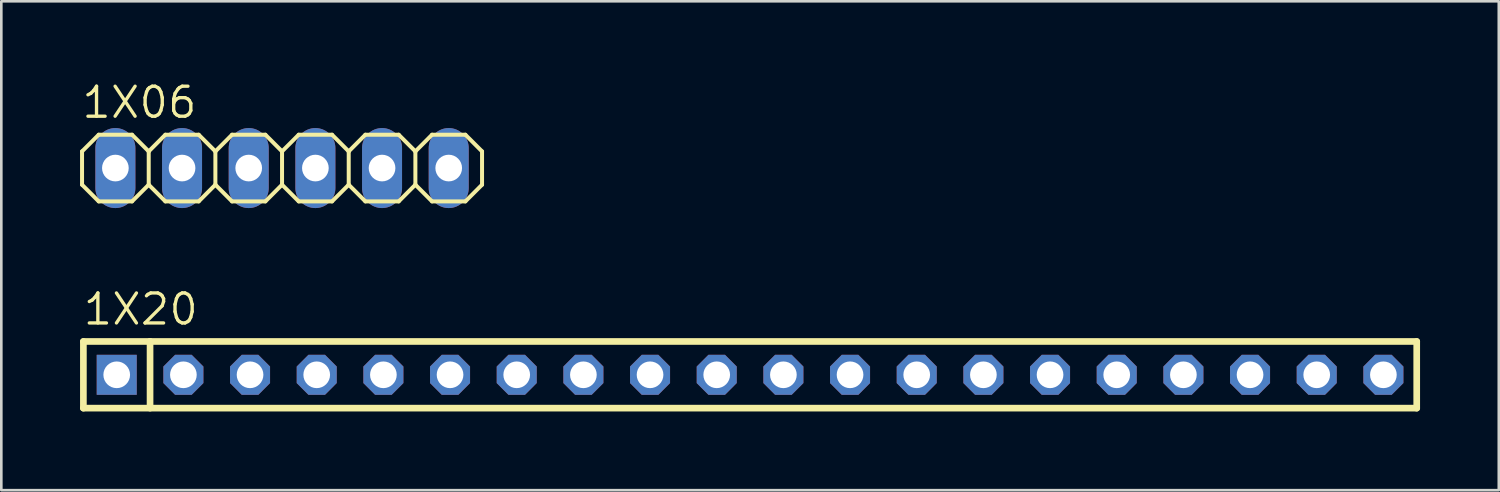
<source format=kicad_pcb>
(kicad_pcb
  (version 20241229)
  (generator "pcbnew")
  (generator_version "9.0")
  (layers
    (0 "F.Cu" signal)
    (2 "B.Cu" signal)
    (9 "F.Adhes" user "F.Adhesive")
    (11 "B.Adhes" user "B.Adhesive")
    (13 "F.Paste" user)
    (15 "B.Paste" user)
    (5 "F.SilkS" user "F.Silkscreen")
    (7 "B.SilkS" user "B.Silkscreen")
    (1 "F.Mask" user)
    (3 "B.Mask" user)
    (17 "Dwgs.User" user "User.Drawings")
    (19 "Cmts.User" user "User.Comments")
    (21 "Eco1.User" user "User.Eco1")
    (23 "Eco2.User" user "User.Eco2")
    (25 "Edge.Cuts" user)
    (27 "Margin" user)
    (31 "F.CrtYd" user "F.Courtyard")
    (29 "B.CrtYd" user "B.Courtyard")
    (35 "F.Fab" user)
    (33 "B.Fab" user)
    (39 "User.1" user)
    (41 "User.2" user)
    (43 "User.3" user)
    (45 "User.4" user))
  (footprint "1X06"
    (layer "F.Cu")
    (at 7.696 3.353)
    (property "Reference" "1X06" (at -7.696 -1.829 0) (layer "F.SilkS") (effects (font (size 1.143 1.143) (thickness 0.127)) (justify left bottom)))
    (fp_line (start -7.62 -0.635) (end -7.62 0.635) (stroke (width 0.152) (type solid)) (layer "F.SilkS"))
    (fp_line (start -7.62 0.635) (end -6.985 1.27) (stroke (width 0.152) (type solid)) (layer "F.SilkS"))
    (fp_line (start -6.985 -1.27) (end -7.62 -0.635) (stroke (width 0.152) (type solid)) (layer "F.SilkS"))
    (fp_line (start -6.985 -1.27) (end -5.715 -1.27) (stroke (width 0.152) (type solid)) (layer "F.SilkS"))
    (fp_line (start -5.715 -1.27) (end -5.08 -0.635) (stroke (width 0.152) (type solid)) (layer "F.SilkS"))
    (fp_line (start -5.715 1.27) (end -6.985 1.27) (stroke (width 0.152) (type solid)) (layer "F.SilkS"))
    (fp_line (start -5.08 -0.635) (end -5.08 0.635) (stroke (width 0.152) (type solid)) (layer "F.SilkS"))
    (fp_line (start -5.08 -0.635) (end -4.445 -1.27) (stroke (width 0.152) (type solid)) (layer "F.SilkS"))
    (fp_line (start -5.08 0.635) (end -5.715 1.27) (stroke (width 0.152) (type solid)) (layer "F.SilkS"))
    (fp_line (start -4.445 -1.27) (end -3.175 -1.27) (stroke (width 0.152) (type solid)) (layer "F.SilkS"))
    (fp_line (start -4.445 1.27) (end -5.08 0.635) (stroke (width 0.152) (type solid)) (layer "F.SilkS"))
    (fp_line (start -3.175 -1.27) (end -2.54 -0.635) (stroke (width 0.152) (type solid)) (layer "F.SilkS"))
    (fp_line (start -3.175 1.27) (end -4.445 1.27) (stroke (width 0.152) (type solid)) (layer "F.SilkS"))
    (fp_line (start -2.54 -0.635) (end -2.54 0.635) (stroke (width 0.152) (type solid)) (layer "F.SilkS"))
    (fp_line (start -2.54 -0.635) (end -1.905 -1.27) (stroke (width 0.152) (type solid)) (layer "F.SilkS"))
    (fp_line (start -2.54 0.635) (end -3.175 1.27) (stroke (width 0.152) (type solid)) (layer "F.SilkS"))
    (fp_line (start -1.905 -1.27) (end -0.635 -1.27) (stroke (width 0.152) (type solid)) (layer "F.SilkS"))
    (fp_line (start -1.905 1.27) (end -2.54 0.635) (stroke (width 0.152) (type solid)) (layer "F.SilkS"))
    (fp_line (start -0.635 -1.27) (end 0 -0.635) (stroke (width 0.152) (type solid)) (layer "F.SilkS"))
    (fp_line (start -0.635 1.27) (end -1.905 1.27) (stroke (width 0.152) (type solid)) (layer "F.SilkS"))
    (fp_line (start 0 -0.635) (end 0 0.635) (stroke (width 0.152) (type solid)) (layer "F.SilkS"))
    (fp_line (start 0 0.635) (end -0.635 1.27) (stroke (width 0.152) (type solid)) (layer "F.SilkS"))
    (fp_line (start 0 0.635) (end 0.635 1.27) (stroke (width 0.152) (type solid)) (layer "F.SilkS"))
    (fp_line (start 0.635 -1.27) (end 0 -0.635) (stroke (width 0.152) (type solid)) (layer "F.SilkS"))
    (fp_line (start 0.635 -1.27) (end 1.905 -1.27) (stroke (width 0.152) (type solid)) (layer "F.SilkS"))
    (fp_line (start 1.905 -1.27) (end 2.54 -0.635) (stroke (width 0.152) (type solid)) (layer "F.SilkS"))
    (fp_line (start 1.905 1.27) (end 0.635 1.27) (stroke (width 0.152) (type solid)) (layer "F.SilkS"))
    (fp_line (start 2.54 -0.635) (end 2.54 0.635) (stroke (width 0.152) (type solid)) (layer "F.SilkS"))
    (fp_line (start 2.54 -0.635) (end 3.175 -1.27) (stroke (width 0.152) (type solid)) (layer "F.SilkS"))
    (fp_line (start 2.54 0.635) (end 1.905 1.27) (stroke (width 0.152) (type solid)) (layer "F.SilkS"))
    (fp_line (start 3.175 -1.27) (end 4.445 -1.27) (stroke (width 0.152) (type solid)) (layer "F.SilkS"))
    (fp_line (start 3.175 1.27) (end 2.54 0.635) (stroke (width 0.152) (type solid)) (layer "F.SilkS"))
    (fp_line (start 4.445 -1.27) (end 5.08 -0.635) (stroke (width 0.152) (type solid)) (layer "F.SilkS"))
    (fp_line (start 4.445 1.27) (end 3.175 1.27) (stroke (width 0.152) (type solid)) (layer "F.SilkS"))
    (fp_line (start 5.08 -0.635) (end 5.08 0.635) (stroke (width 0.152) (type solid)) (layer "F.SilkS"))
    (fp_line (start 5.08 0.635) (end 4.445 1.27) (stroke (width 0.152) (type solid)) (layer "F.SilkS"))
    (fp_line (start 5.08 0.635) (end 5.715 1.27) (stroke (width 0.152) (type solid)) (layer "F.SilkS"))
    (fp_line (start 5.715 -1.27) (end 5.08 -0.635) (stroke (width 0.152) (type solid)) (layer "F.SilkS"))
    (fp_line (start 5.715 -1.27) (end 6.985 -1.27) (stroke (width 0.152) (type solid)) (layer "F.SilkS"))
    (fp_line (start 6.985 -1.27) (end 7.62 -0.635) (stroke (width 0.152) (type solid)) (layer "F.SilkS"))
    (fp_line (start 6.985 1.27) (end 5.715 1.27) (stroke (width 0.152) (type solid)) (layer "F.SilkS"))
    (fp_line (start 7.62 -0.635) (end 7.62 0.635) (stroke (width 0.152) (type solid)) (layer "F.SilkS"))
    (fp_line (start 7.62 0.635) (end 6.985 1.27) (stroke (width 0.152) (type solid)) (layer "F.SilkS"))
    (fp_poly (pts (xy -6.604 0.254) (xy -6.096 0.254) (xy -6.096 -0.254) (xy -6.604 -0.254)) (stroke (width 0.1) (type solid)) (fill no) (layer "F.Fab"))
    (fp_poly (pts (xy -4.064 0.254) (xy -3.556 0.254) (xy -3.556 -0.254) (xy -4.064 -0.254)) (stroke (width 0.1) (type solid)) (fill no) (layer "F.Fab"))
    (fp_poly (pts (xy -1.524 0.254) (xy -1.016 0.254) (xy -1.016 -0.254) (xy -1.524 -0.254)) (stroke (width 0.1) (type solid)) (fill no) (layer "F.Fab"))
    (fp_poly (pts (xy 1.016 0.254) (xy 1.524 0.254) (xy 1.524 -0.254) (xy 1.016 -0.254)) (stroke (width 0.1) (type solid)) (fill no) (layer "F.Fab"))
    (fp_poly (pts (xy 3.556 0.254) (xy 4.064 0.254) (xy 4.064 -0.254) (xy 3.556 -0.254)) (stroke (width 0.1) (type solid)) (fill no) (layer "F.Fab"))
    (fp_poly (pts (xy 6.096 0.254) (xy 6.604 0.254) (xy 6.604 -0.254) (xy 6.096 -0.254)) (stroke (width 0.1) (type solid)) (fill no) (layer "F.Fab"))
    (pad "1" thru_hole oval (at -6.35 0 90) (size 3.048 1.524) (drill 1.016) (layers "*.Cu" "*.Mask"))
    (pad "2" thru_hole oval (at -3.81 0 90) (size 3.048 1.524) (drill 1.016) (layers "*.Cu" "*.Mask"))
    (pad "3" thru_hole oval (at -1.27 0 90) (size 3.048 1.524) (drill 1.016) (layers "*.Cu" "*.Mask"))
    (pad "4" thru_hole oval (at 1.27 0 90) (size 3.048 1.524) (drill 1.016) (layers "*.Cu" "*.Mask"))
    (pad "5" thru_hole oval (at 3.81 0 90) (size 3.048 1.524) (drill 1.016) (layers "*.Cu" "*.Mask"))
    (pad "6" thru_hole oval (at 6.35 0 90) (size 3.048 1.524) (drill 1.016) (layers "*.Cu" "*.Mask")))
  (footprint "1X20"
    (layer "F.Cu")
    (at 25.527 11.23)
    (property "Reference" "1X20" (at -25.476 -1.829 0) (layer "F.SilkS") (effects (font (size 1.143 1.143) (thickness 0.127)) (justify left bottom)))
    (fp_line (start -25.4 -1.27) (end -25.4 1.27) (stroke (width 0.254) (type solid)) (layer "F.SilkS"))
    (fp_line (start -25.4 -1.27) (end -22.86 -1.27) (stroke (width 0.254) (type solid)) (layer "F.SilkS"))
    (fp_line (start -22.86 -1.27) (end -22.86 1.27) (stroke (width 0.254) (type solid)) (layer "F.SilkS"))
    (fp_line (start -22.86 -1.27) (end 25.4 -1.27) (stroke (width 0.254) (type solid)) (layer "F.SilkS"))
    (fp_line (start 25.4 -1.27) (end 25.4 1.27) (stroke (width 0.254) (type solid)) (layer "F.SilkS"))
    (fp_line (start 25.4 1.27) (end -25.4 1.27) (stroke (width 0.254) (type solid)) (layer "F.SilkS"))
    (fp_poly (pts (xy -24.384 0.254) (xy -23.876 0.254) (xy -23.876 -0.254) (xy -24.384 -0.254)) (stroke (width 0.1) (type solid)) (fill no) (layer "F.Fab"))
    (fp_poly (pts (xy -21.844 0.254) (xy -21.336 0.254) (xy -21.336 -0.254) (xy -21.844 -0.254)) (stroke (width 0.1) (type solid)) (fill no) (layer "F.Fab"))
    (fp_poly (pts (xy -19.304 0.254) (xy -18.796 0.254) (xy -18.796 -0.254) (xy -19.304 -0.254)) (stroke (width 0.1) (type solid)) (fill no) (layer "F.Fab"))
    (fp_poly (pts (xy -16.764 0.254) (xy -16.256 0.254) (xy -16.256 -0.254) (xy -16.764 -0.254)) (stroke (width 0.1) (type solid)) (fill no) (layer "F.Fab"))
    (fp_poly (pts (xy -14.224 0.254) (xy -13.716 0.254) (xy -13.716 -0.254) (xy -14.224 -0.254)) (stroke (width 0.1) (type solid)) (fill no) (layer "F.Fab"))
    (fp_poly (pts (xy -11.684 0.254) (xy -11.176 0.254) (xy -11.176 -0.254) (xy -11.684 -0.254)) (stroke (width 0.1) (type solid)) (fill no) (layer "F.Fab"))
    (fp_poly (pts (xy -9.144 0.254) (xy -8.636 0.254) (xy -8.636 -0.254) (xy -9.144 -0.254)) (stroke (width 0.1) (type solid)) (fill no) (layer "F.Fab"))
    (fp_poly (pts (xy -6.604 0.254) (xy -6.096 0.254) (xy -6.096 -0.254) (xy -6.604 -0.254)) (stroke (width 0.1) (type solid)) (fill no) (layer "F.Fab"))
    (fp_poly (pts (xy -4.064 0.254) (xy -3.556 0.254) (xy -3.556 -0.254) (xy -4.064 -0.254)) (stroke (width 0.1) (type solid)) (fill no) (layer "F.Fab"))
    (fp_poly (pts (xy -1.524 0.254) (xy -1.016 0.254) (xy -1.016 -0.254) (xy -1.524 -0.254)) (stroke (width 0.1) (type solid)) (fill no) (layer "F.Fab"))
    (fp_poly (pts (xy 1.016 0.254) (xy 1.524 0.254) (xy 1.524 -0.254) (xy 1.016 -0.254)) (stroke (width 0.1) (type solid)) (fill no) (layer "F.Fab"))
    (fp_poly (pts (xy 3.556 0.254) (xy 4.064 0.254) (xy 4.064 -0.254) (xy 3.556 -0.254)) (stroke (width 0.1) (type solid)) (fill no) (layer "F.Fab"))
    (fp_poly (pts (xy 6.096 0.254) (xy 6.604 0.254) (xy 6.604 -0.254) (xy 6.096 -0.254)) (stroke (width 0.1) (type solid)) (fill no) (layer "F.Fab"))
    (fp_poly (pts (xy 8.636 0.254) (xy 9.144 0.254) (xy 9.144 -0.254) (xy 8.636 -0.254)) (stroke (width 0.1) (type solid)) (fill no) (layer "F.Fab"))
    (fp_poly (pts (xy 11.176 0.254) (xy 11.684 0.254) (xy 11.684 -0.254) (xy 11.176 -0.254)) (stroke (width 0.1) (type solid)) (fill no) (layer "F.Fab"))
    (fp_poly (pts (xy 13.716 0.254) (xy 14.224 0.254) (xy 14.224 -0.254) (xy 13.716 -0.254)) (stroke (width 0.1) (type solid)) (fill no) (layer "F.Fab"))
    (fp_poly (pts (xy 16.256 0.254) (xy 16.764 0.254) (xy 16.764 -0.254) (xy 16.256 -0.254)) (stroke (width 0.1) (type solid)) (fill no) (layer "F.Fab"))
    (fp_poly (pts (xy 18.796 0.254) (xy 19.304 0.254) (xy 19.304 -0.254) (xy 18.796 -0.254)) (stroke (width 0.1) (type solid)) (fill no) (layer "F.Fab"))
    (fp_poly (pts (xy 21.336 0.254) (xy 21.844 0.254) (xy 21.844 -0.254) (xy 21.336 -0.254)) (stroke (width 0.1) (type solid)) (fill no) (layer "F.Fab"))
    (fp_poly (pts (xy 23.876 0.254) (xy 24.384 0.254) (xy 24.384 -0.254) (xy 23.876 -0.254)) (stroke (width 0.1) (type solid)) (fill no) (layer "F.Fab"))
    (pad "1" thru_hole rect (at -24.13 0 90) (size 1.524 1.524) (drill 1.016) (layers "*.Cu" "*.Mask"))
    (pad "2" thru_hole roundrect (at -21.59 0 90) (size 1.524 1.524) (drill 1.016) (layers "*.Cu" "*.Mask") (roundrect_rratio 0.25) (chamfer_ratio 0.293) (chamfer top_left top_right bottom_left bottom_right))
    (pad "3" thru_hole roundrect (at -19.05 0 90) (size 1.524 1.524) (drill 1.016) (layers "*.Cu" "*.Mask") (roundrect_rratio 0.25) (chamfer_ratio 0.293) (chamfer top_left top_right bottom_left bottom_right))
    (pad "4" thru_hole roundrect (at -16.51 0 90) (size 1.524 1.524) (drill 1.016) (layers "*.Cu" "*.Mask") (roundrect_rratio 0.25) (chamfer_ratio 0.293) (chamfer top_left top_right bottom_left bottom_right))
    (pad "5" thru_hole roundrect (at -13.97 0 90) (size 1.524 1.524) (drill 1.016) (layers "*.Cu" "*.Mask") (roundrect_rratio 0.25) (chamfer_ratio 0.293) (chamfer top_left top_right bottom_left bottom_right))
    (pad "6" thru_hole roundrect (at -11.43 0 90) (size 1.524 1.524) (drill 1.016) (layers "*.Cu" "*.Mask") (roundrect_rratio 0.25) (chamfer_ratio 0.293) (chamfer top_left top_right bottom_left bottom_right))
    (pad "7" thru_hole roundrect (at -8.89 0 90) (size 1.524 1.524) (drill 1.016) (layers "*.Cu" "*.Mask") (roundrect_rratio 0.25) (chamfer_ratio 0.293) (chamfer top_left top_right bottom_left bottom_right))
    (pad "8" thru_hole roundrect (at -6.35 0 90) (size 1.524 1.524) (drill 1.016) (layers "*.Cu" "*.Mask") (roundrect_rratio 0.25) (chamfer_ratio 0.293) (chamfer top_left top_right bottom_left bottom_right))
    (pad "9" thru_hole roundrect (at -3.81 0 90) (size 1.524 1.524) (drill 1.016) (layers "*.Cu" "*.Mask") (roundrect_rratio 0.25) (chamfer_ratio 0.293) (chamfer top_left top_right bottom_left bottom_right))
    (pad "10" thru_hole roundrect (at -1.27 0 90) (size 1.524 1.524) (drill 1.016) (layers "*.Cu" "*.Mask") (roundrect_rratio 0.25) (chamfer_ratio 0.293) (chamfer top_left top_right bottom_left bottom_right))
    (pad "11" thru_hole roundrect (at 1.27 0 90) (size 1.524 1.524) (drill 1.016) (layers "*.Cu" "*.Mask") (roundrect_rratio 0.25) (chamfer_ratio 0.293) (chamfer top_left top_right bottom_left bottom_right))
    (pad "12" thru_hole roundrect (at 3.81 0 90) (size 1.524 1.524) (drill 1.016) (layers "*.Cu" "*.Mask") (roundrect_rratio 0.25) (chamfer_ratio 0.293) (chamfer top_left top_right bottom_left bottom_right))
    (pad "13" thru_hole roundrect (at 6.35 0 90) (size 1.524 1.524) (drill 1.016) (layers "*.Cu" "*.Mask") (roundrect_rratio 0.25) (chamfer_ratio 0.293) (chamfer top_left top_right bottom_left bottom_right))
    (pad "14" thru_hole roundrect (at 8.89 0 90) (size 1.524 1.524) (drill 1.016) (layers "*.Cu" "*.Mask") (roundrect_rratio 0.25) (chamfer_ratio 0.293) (chamfer top_left top_right bottom_left bottom_right))
    (pad "15" thru_hole roundrect (at 11.43 0 90) (size 1.524 1.524) (drill 1.016) (layers "*.Cu" "*.Mask") (roundrect_rratio 0.25) (chamfer_ratio 0.293) (chamfer top_left top_right bottom_left bottom_right))
    (pad "16" thru_hole roundrect (at 13.97 0 90) (size 1.524 1.524) (drill 1.016) (layers "*.Cu" "*.Mask") (roundrect_rratio 0.25) (chamfer_ratio 0.293) (chamfer top_left top_right bottom_left bottom_right))
    (pad "17" thru_hole roundrect (at 16.51 0 90) (size 1.524 1.524) (drill 1.016) (layers "*.Cu" "*.Mask") (roundrect_rratio 0.25) (chamfer_ratio 0.293) (chamfer top_left top_right bottom_left bottom_right))
    (pad "18" thru_hole roundrect (at 19.05 0 90) (size 1.524 1.524) (drill 1.016) (layers "*.Cu" "*.Mask") (roundrect_rratio 0.25) (chamfer_ratio 0.293) (chamfer top_left top_right bottom_left bottom_right))
    (pad "19" thru_hole roundrect (at 21.59 0 90) (size 1.524 1.524) (drill 1.016) (layers "*.Cu" "*.Mask") (roundrect_rratio 0.25) (chamfer_ratio 0.293) (chamfer top_left top_right bottom_left bottom_right))
    (pad "20" thru_hole roundrect (at 24.13 0 90) (size 1.524 1.524) (drill 1.016) (layers "*.Cu" "*.Mask") (roundrect_rratio 0.25) (chamfer_ratio 0.293) (chamfer top_left top_right bottom_left bottom_right)))
  (gr_rect
    (start -3 -3)
    (end 54.054 15.627)
    (stroke (width 0.1) (type default))
    (fill no)
    (layer "Edge.Cuts")))
</source>
